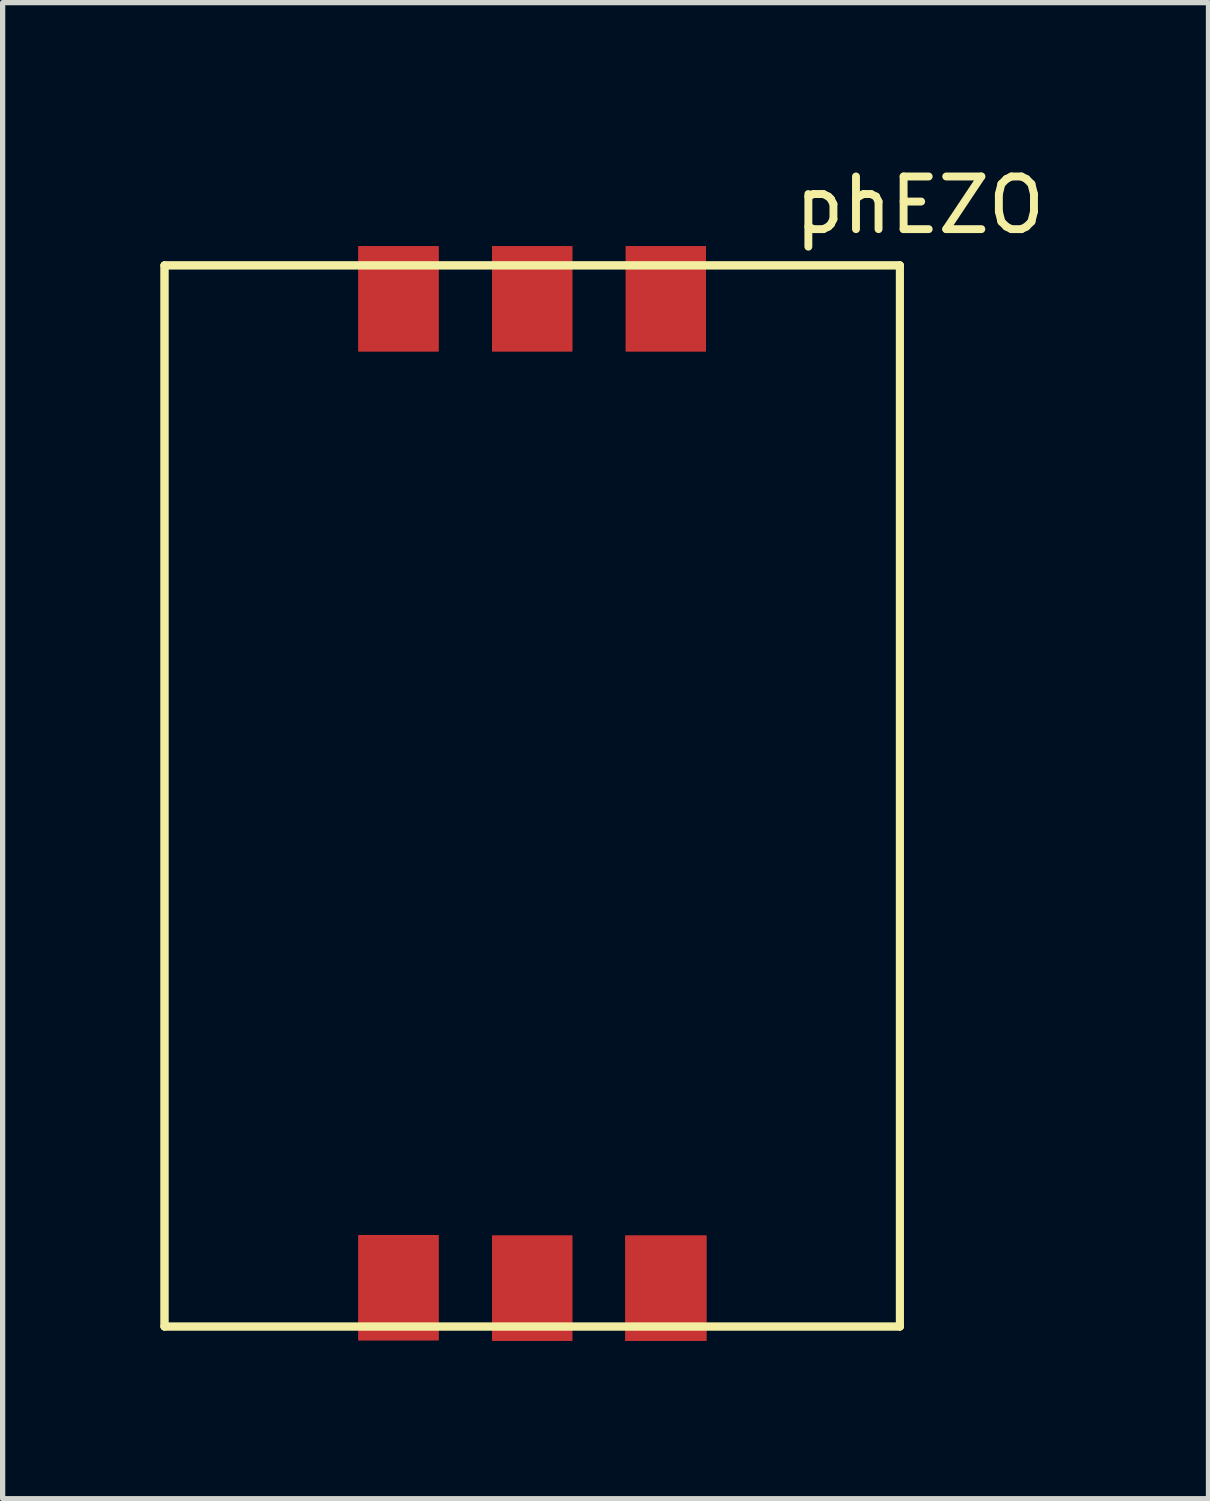
<source format=kicad_pcb>
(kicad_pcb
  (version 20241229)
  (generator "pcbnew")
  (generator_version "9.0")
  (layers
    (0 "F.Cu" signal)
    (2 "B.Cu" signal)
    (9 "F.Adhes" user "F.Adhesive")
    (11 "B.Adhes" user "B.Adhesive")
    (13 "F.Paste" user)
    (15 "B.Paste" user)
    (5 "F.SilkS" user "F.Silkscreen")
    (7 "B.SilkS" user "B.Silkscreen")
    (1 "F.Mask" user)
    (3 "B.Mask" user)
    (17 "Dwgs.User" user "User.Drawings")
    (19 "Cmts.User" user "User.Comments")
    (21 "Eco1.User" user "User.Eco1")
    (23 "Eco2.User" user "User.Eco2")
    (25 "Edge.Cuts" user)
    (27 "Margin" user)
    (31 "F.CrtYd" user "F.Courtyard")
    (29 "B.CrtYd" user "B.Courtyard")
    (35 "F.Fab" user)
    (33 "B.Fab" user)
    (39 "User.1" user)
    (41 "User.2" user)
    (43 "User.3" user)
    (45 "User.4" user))
  (footprint "phEZO"
    (layer "F.Cu")
    (at 7.06 12.024)
    (property "Reference" "phEZO" (at 7.366 -11.176 0) (layer "F.SilkS") (effects (font (size 1 1) (thickness 0.15))))
    (attr through_hole)
    (fp_line (start -6.985 -10.033) (end 6.985 -10.033) (stroke (width 0.15) (type solid)) (layer "F.SilkS"))
    (fp_line (start -6.985 -10.033) (end 6.985 -10.033) (stroke (width 0.15) (type solid)) (layer "F.SilkS"))
    (fp_line (start -6.985 10.127) (end -6.985 -10.033) (stroke (width 0.15) (type solid)) (layer "F.SilkS"))
    (fp_line (start -6.985 10.127) (end -6.985 -10.033) (stroke (width 0.15) (type solid)) (layer "F.SilkS"))
    (fp_line (start 6.985 -10.033) (end 6.985 10.127) (stroke (width 0.15) (type solid)) (layer "F.SilkS"))
    (fp_line (start 6.985 -10.033) (end 6.985 10.127) (stroke (width 0.15) (type solid)) (layer "F.SilkS"))
    (fp_line (start 6.985 10.127) (end -6.985 10.127) (stroke (width 0.15) (type solid)) (layer "F.SilkS"))
    (fp_line (start 6.985 10.127) (end -6.985 10.127) (stroke (width 0.15) (type solid)) (layer "F.SilkS"))
    (pad "1" smd rect (at -2.54 -9.398) (size 1.524 2) (layers "F.Cu" "F.Mask" "F.Paste"))
    (pad "1" smd rect (at -2.54 -9.398) (size 1.524 2) (layers "F.Cu" "F.Mask" "F.Paste"))
    (pad "2" smd rect (at 0 -9.398) (size 1.524 2) (layers "F.Cu" "F.Mask" "F.Paste"))
    (pad "2" smd rect (at 0 -9.398) (size 1.524 2) (layers "F.Cu" "F.Mask" "F.Paste"))
    (pad "3" smd rect (at 2.54 -9.398) (size 1.524 2) (layers "F.Cu" "F.Mask" "F.Paste"))
    (pad "3" smd rect (at 2.54 -9.398) (size 1.524 2) (layers "F.Cu" "F.Mask" "F.Paste"))
    (pad "4" smd rect (at 2.54 9.398) (size 1.542 2) (layers "F.Cu" "F.Mask" "F.Paste"))
    (pad "4" smd rect (at 2.54 9.398) (size 1.542 2) (layers "F.Cu" "F.Mask" "F.Paste"))
    (pad "5" smd rect (at 0 9.398) (size 1.524 2) (layers "F.Cu" "F.Mask" "F.Paste"))
    (pad "5" smd rect (at 0 9.398) (size 1.524 2) (layers "F.Cu" "F.Mask" "F.Paste"))
    (pad "6" smd rect (at -2.54 9.389) (size 1.524 2) (layers "F.Cu" "F.Mask" "F.Paste"))
    (pad "6" smd rect (at -2.54 9.389) (size 1.524 2) (layers "F.Cu" "F.Mask" "F.Paste")))
  (gr_rect
    (start -3 -3)
    (end 19.908 25.422)
    (stroke (width 0.1) (type default))
    (fill no)
    (layer "Edge.Cuts")))
</source>
